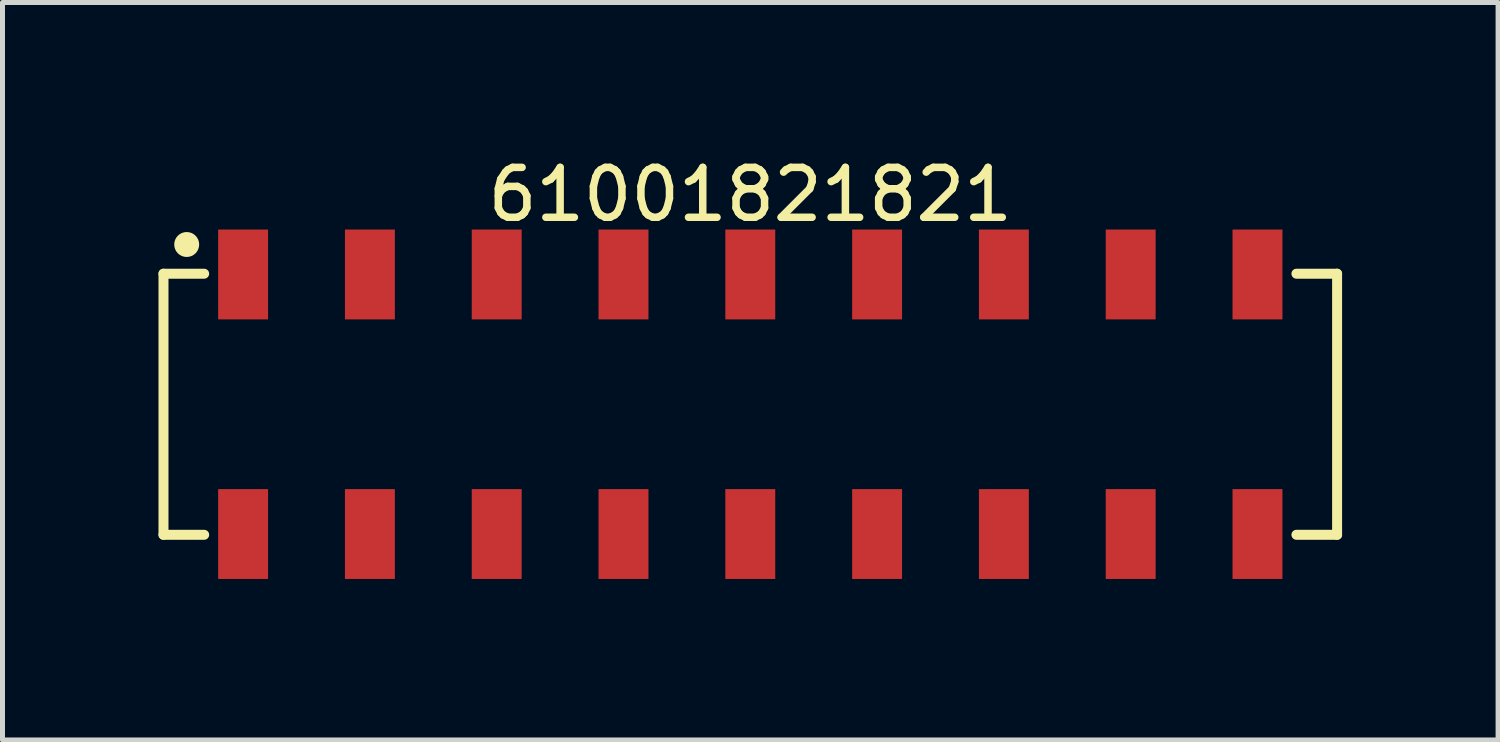
<source format=kicad_pcb>
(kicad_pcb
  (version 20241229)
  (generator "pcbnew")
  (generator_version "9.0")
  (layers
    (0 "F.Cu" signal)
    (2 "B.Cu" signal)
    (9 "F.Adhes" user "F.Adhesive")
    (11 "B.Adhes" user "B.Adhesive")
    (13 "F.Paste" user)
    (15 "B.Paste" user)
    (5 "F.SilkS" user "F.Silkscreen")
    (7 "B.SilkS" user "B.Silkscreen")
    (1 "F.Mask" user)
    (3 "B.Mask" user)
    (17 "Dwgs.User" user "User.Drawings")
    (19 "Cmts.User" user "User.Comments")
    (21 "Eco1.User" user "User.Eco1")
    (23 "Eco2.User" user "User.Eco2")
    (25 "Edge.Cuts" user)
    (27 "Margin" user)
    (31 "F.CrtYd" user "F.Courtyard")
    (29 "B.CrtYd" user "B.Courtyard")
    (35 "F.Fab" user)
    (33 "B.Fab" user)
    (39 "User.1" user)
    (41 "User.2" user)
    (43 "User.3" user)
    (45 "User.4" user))
  (footprint "61001821821"
    (layer "F.Cu")
    (at 11.98 5.048)
    (property "Reference" "61001821821" (at 0 -4.2 0) (layer "F.SilkS") (effects (font (size 1 1) (thickness 0.15))))
    (fp_line (start -11.755 -2.615) (end -10.94 -2.615) (stroke (width 0.2) (type solid)) (layer "F.SilkS"))
    (fp_line (start -11.755 2.615) (end -11.755 -2.615) (stroke (width 0.2) (type solid)) (layer "F.SilkS"))
    (fp_line (start -11.755 2.615) (end -10.94 2.615) (stroke (width 0.2) (type solid)) (layer "F.SilkS"))
    (fp_line (start 10.94 -2.615) (end 11.755 -2.615) (stroke (width 0.2) (type solid)) (layer "F.SilkS"))
    (fp_line (start 10.94 2.615) (end 11.755 2.615) (stroke (width 0.2) (type solid)) (layer "F.SilkS"))
    (fp_line (start 11.755 2.615) (end 11.755 -2.615) (stroke (width 0.2) (type solid)) (layer "F.SilkS"))
    (fp_circle (center -11.29 -3.2) (end -11.29 -3.325) (stroke (width 0.25) (type solid)) (fill no) (layer "F.SilkS"))
    (fp_line (start -11.955 -3.7) (end 11.955 -3.7) (stroke (width 0.05) (type solid)) (layer "Eco2.User"))
    (fp_line (start -11.955 3.7) (end -11.955 -3.7) (stroke (width 0.05) (type solid)) (layer "Eco2.User"))
    (fp_line (start -11.955 3.7) (end 11.955 3.7) (stroke (width 0.05) (type solid)) (layer "Eco2.User"))
    (fp_line (start -11.68 -2.54) (end 11.68 -2.54) (stroke (width 0.1) (type solid)) (layer "Eco2.User"))
    (fp_line (start -11.68 2.54) (end -11.68 -2.54) (stroke (width 0.1) (type solid)) (layer "Eco2.User"))
    (fp_line (start -11.68 2.54) (end 11.68 2.54) (stroke (width 0.1) (type solid)) (layer "Eco2.User"))
    (fp_line (start -10.48 -3.35) (end -9.84 -3.35) (stroke (width 0.1) (type solid)) (layer "Eco2.User"))
    (fp_line (start -10.48 -2.54) (end -10.48 -3.35) (stroke (width 0.1) (type solid)) (layer "Eco2.User"))
    (fp_line (start -10.48 3.35) (end -10.48 2.54) (stroke (width 0.1) (type solid)) (layer "Eco2.User"))
    (fp_line (start -10.48 3.35) (end -9.84 3.35) (stroke (width 0.1) (type solid)) (layer "Eco2.User"))
    (fp_line (start -9.84 -2.54) (end -9.84 -3.35) (stroke (width 0.1) (type solid)) (layer "Eco2.User"))
    (fp_line (start -9.84 3.35) (end -9.84 2.54) (stroke (width 0.1) (type solid)) (layer "Eco2.User"))
    (fp_line (start -7.94 -3.35) (end -7.3 -3.35) (stroke (width 0.1) (type solid)) (layer "Eco2.User"))
    (fp_line (start -7.94 -2.54) (end -7.94 -3.35) (stroke (width 0.1) (type solid)) (layer "Eco2.User"))
    (fp_line (start -7.94 3.35) (end -7.94 2.54) (stroke (width 0.1) (type solid)) (layer "Eco2.User"))
    (fp_line (start -7.94 3.35) (end -7.3 3.35) (stroke (width 0.1) (type solid)) (layer "Eco2.User"))
    (fp_line (start -7.3 -2.54) (end -7.3 -3.35) (stroke (width 0.1) (type solid)) (layer "Eco2.User"))
    (fp_line (start -7.3 3.35) (end -7.3 2.54) (stroke (width 0.1) (type solid)) (layer "Eco2.User"))
    (fp_line (start -5.4 -3.35) (end -4.76 -3.35) (stroke (width 0.1) (type solid)) (layer "Eco2.User"))
    (fp_line (start -5.4 -2.54) (end -5.4 -3.35) (stroke (width 0.1) (type solid)) (layer "Eco2.User"))
    (fp_line (start -5.4 3.35) (end -5.4 2.54) (stroke (width 0.1) (type solid)) (layer "Eco2.User"))
    (fp_line (start -5.4 3.35) (end -4.76 3.35) (stroke (width 0.1) (type solid)) (layer "Eco2.User"))
    (fp_line (start -4.76 -2.54) (end -4.76 -3.35) (stroke (width 0.1) (type solid)) (layer "Eco2.User"))
    (fp_line (start -4.76 3.35) (end -4.76 2.54) (stroke (width 0.1) (type solid)) (layer "Eco2.User"))
    (fp_line (start -2.86 -3.35) (end -2.22 -3.35) (stroke (width 0.1) (type solid)) (layer "Eco2.User"))
    (fp_line (start -2.86 -2.54) (end -2.86 -3.35) (stroke (width 0.1) (type solid)) (layer "Eco2.User"))
    (fp_line (start -2.86 3.35) (end -2.86 2.54) (stroke (width 0.1) (type solid)) (layer "Eco2.User"))
    (fp_line (start -2.86 3.35) (end -2.22 3.35) (stroke (width 0.1) (type solid)) (layer "Eco2.User"))
    (fp_line (start -2.22 -2.54) (end -2.22 -3.35) (stroke (width 0.1) (type solid)) (layer "Eco2.User"))
    (fp_line (start -2.22 3.35) (end -2.22 2.54) (stroke (width 0.1) (type solid)) (layer "Eco2.User"))
    (fp_line (start -0.5 0) (end 0.5 0) (stroke (width 0.05) (type solid)) (layer "Eco2.User"))
    (fp_line (start -0.32 -3.35) (end 0.32 -3.35) (stroke (width 0.1) (type solid)) (layer "Eco2.User"))
    (fp_line (start -0.32 -2.54) (end -0.32 -3.35) (stroke (width 0.1) (type solid)) (layer "Eco2.User"))
    (fp_line (start -0.32 3.35) (end -0.32 2.54) (stroke (width 0.1) (type solid)) (layer "Eco2.User"))
    (fp_line (start -0.32 3.35) (end 0.32 3.35) (stroke (width 0.1) (type solid)) (layer "Eco2.User"))
    (fp_line (start 0 0.5) (end 0 -0.5) (stroke (width 0.05) (type solid)) (layer "Eco2.User"))
    (fp_line (start 0.32 -2.54) (end 0.32 -3.35) (stroke (width 0.1) (type solid)) (layer "Eco2.User"))
    (fp_line (start 0.32 3.35) (end 0.32 2.54) (stroke (width 0.1) (type solid)) (layer "Eco2.User"))
    (fp_line (start 2.22 -3.35) (end 2.86 -3.35) (stroke (width 0.1) (type solid)) (layer "Eco2.User"))
    (fp_line (start 2.22 -2.54) (end 2.22 -3.35) (stroke (width 0.1) (type solid)) (layer "Eco2.User"))
    (fp_line (start 2.22 3.35) (end 2.22 2.54) (stroke (width 0.1) (type solid)) (layer "Eco2.User"))
    (fp_line (start 2.22 3.35) (end 2.86 3.35) (stroke (width 0.1) (type solid)) (layer "Eco2.User"))
    (fp_line (start 2.86 -2.54) (end 2.86 -3.35) (stroke (width 0.1) (type solid)) (layer "Eco2.User"))
    (fp_line (start 2.86 3.35) (end 2.86 2.54) (stroke (width 0.1) (type solid)) (layer "Eco2.User"))
    (fp_line (start 4.76 -3.35) (end 5.4 -3.35) (stroke (width 0.1) (type solid)) (layer "Eco2.User"))
    (fp_line (start 4.76 -2.54) (end 4.76 -3.35) (stroke (width 0.1) (type solid)) (layer "Eco2.User"))
    (fp_line (start 4.76 3.35) (end 4.76 2.54) (stroke (width 0.1) (type solid)) (layer "Eco2.User"))
    (fp_line (start 4.76 3.35) (end 5.4 3.35) (stroke (width 0.1) (type solid)) (layer "Eco2.User"))
    (fp_line (start 5.4 -2.54) (end 5.4 -3.35) (stroke (width 0.1) (type solid)) (layer "Eco2.User"))
    (fp_line (start 5.4 3.35) (end 5.4 2.54) (stroke (width 0.1) (type solid)) (layer "Eco2.User"))
    (fp_line (start 7.3 -3.35) (end 7.94 -3.35) (stroke (width 0.1) (type solid)) (layer "Eco2.User"))
    (fp_line (start 7.3 -2.54) (end 7.3 -3.35) (stroke (width 0.1) (type solid)) (layer "Eco2.User"))
    (fp_line (start 7.3 3.35) (end 7.3 2.54) (stroke (width 0.1) (type solid)) (layer "Eco2.User"))
    (fp_line (start 7.3 3.35) (end 7.94 3.35) (stroke (width 0.1) (type solid)) (layer "Eco2.User"))
    (fp_line (start 7.94 -2.54) (end 7.94 -3.35) (stroke (width 0.1) (type solid)) (layer "Eco2.User"))
    (fp_line (start 7.94 3.35) (end 7.94 2.54) (stroke (width 0.1) (type solid)) (layer "Eco2.User"))
    (fp_line (start 9.84 -3.35) (end 10.48 -3.35) (stroke (width 0.1) (type solid)) (layer "Eco2.User"))
    (fp_line (start 9.84 -2.54) (end 9.84 -3.35) (stroke (width 0.1) (type solid)) (layer "Eco2.User"))
    (fp_line (start 9.84 3.35) (end 9.84 2.54) (stroke (width 0.1) (type solid)) (layer "Eco2.User"))
    (fp_line (start 9.84 3.35) (end 10.48 3.35) (stroke (width 0.1) (type solid)) (layer "Eco2.User"))
    (fp_line (start 10.48 -2.54) (end 10.48 -3.35) (stroke (width 0.1) (type solid)) (layer "Eco2.User"))
    (fp_line (start 10.48 3.35) (end 10.48 2.54) (stroke (width 0.1) (type solid)) (layer "Eco2.User"))
    (fp_line (start 11.68 2.54) (end 11.68 -2.54) (stroke (width 0.1) (type solid)) (layer "Eco2.User"))
    (fp_line (start 11.955 3.7) (end 11.955 -3.7) (stroke (width 0.05) (type solid)) (layer "Eco2.User"))
    (fp_text user "${REFERENCE}" (at 0.15 -0.197 0) (unlocked yes) (layer "User.3") (effects (font (size 1.5 1.5) (thickness 0.15))))
    (pad "1" smd rect (at -10.16 -2.6) (size 1 1.8) (layers "F.Cu" "F.Mask" "F.Paste"))
    (pad "2" smd rect (at -10.16 2.6) (size 1 1.8) (layers "F.Cu" "F.Mask" "F.Paste"))
    (pad "3" smd rect (at -7.62 -2.6) (size 1 1.8) (layers "F.Cu" "F.Mask" "F.Paste"))
    (pad "4" smd rect (at -7.62 2.6) (size 1 1.8) (layers "F.Cu" "F.Mask" "F.Paste"))
    (pad "5" smd rect (at -5.08 -2.6) (size 1 1.8) (layers "F.Cu" "F.Mask" "F.Paste"))
    (pad "6" smd rect (at -5.08 2.6) (size 1 1.8) (layers "F.Cu" "F.Mask" "F.Paste"))
    (pad "7" smd rect (at -2.54 -2.6) (size 1 1.8) (layers "F.Cu" "F.Mask" "F.Paste"))
    (pad "8" smd rect (at -2.54 2.6) (size 1 1.8) (layers "F.Cu" "F.Mask" "F.Paste"))
    (pad "9" smd rect (at 0 -2.6) (size 1 1.8) (layers "F.Cu" "F.Mask" "F.Paste"))
    (pad "10" smd rect (at 0 2.6) (size 1 1.8) (layers "F.Cu" "F.Mask" "F.Paste"))
    (pad "11" smd rect (at 2.54 -2.6) (size 1 1.8) (layers "F.Cu" "F.Mask" "F.Paste"))
    (pad "12" smd rect (at 2.54 2.6) (size 1 1.8) (layers "F.Cu" "F.Mask" "F.Paste"))
    (pad "13" smd rect (at 5.08 -2.6) (size 1 1.8) (layers "F.Cu" "F.Mask" "F.Paste"))
    (pad "14" smd rect (at 5.08 2.6) (size 1 1.8) (layers "F.Cu" "F.Mask" "F.Paste"))
    (pad "15" smd rect (at 7.62 -2.6) (size 1 1.8) (layers "F.Cu" "F.Mask" "F.Paste"))
    (pad "16" smd rect (at 7.62 2.6) (size 1 1.8) (layers "F.Cu" "F.Mask" "F.Paste"))
    (pad "17" smd rect (at 10.16 -2.6) (size 1 1.8) (layers "F.Cu" "F.Mask" "F.Paste"))
    (pad "18" smd rect (at 10.16 2.6) (size 1 1.8) (layers "F.Cu" "F.Mask" "F.Paste")))
  (gr_rect
    (start -3 -3)
    (end 26.96 11.773)
    (stroke (width 0.1) (type default))
    (fill no)
    (layer "Edge.Cuts")))
</source>
